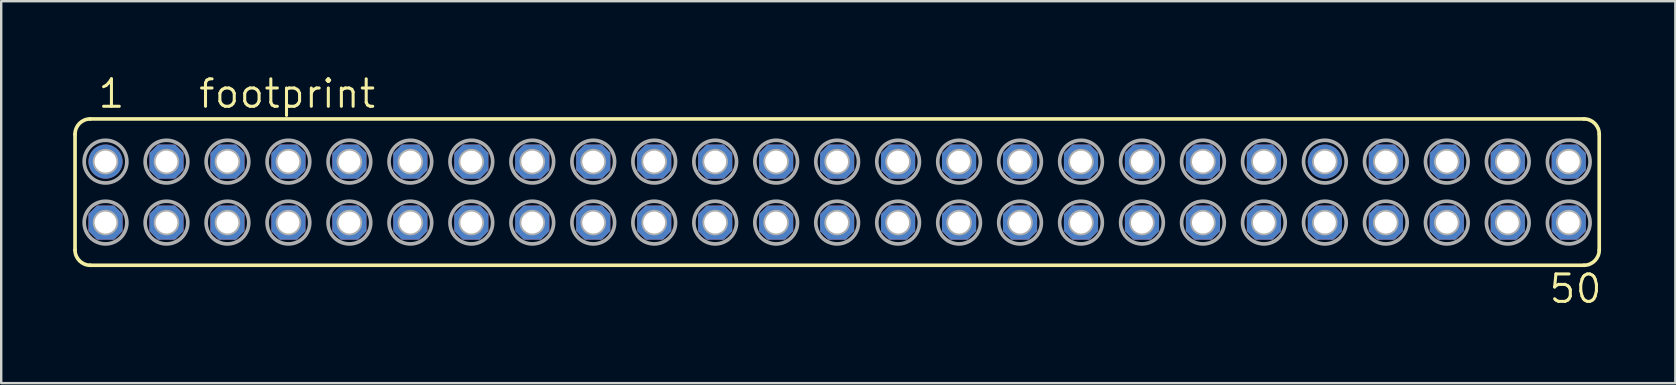
<source format=kicad_pcb>
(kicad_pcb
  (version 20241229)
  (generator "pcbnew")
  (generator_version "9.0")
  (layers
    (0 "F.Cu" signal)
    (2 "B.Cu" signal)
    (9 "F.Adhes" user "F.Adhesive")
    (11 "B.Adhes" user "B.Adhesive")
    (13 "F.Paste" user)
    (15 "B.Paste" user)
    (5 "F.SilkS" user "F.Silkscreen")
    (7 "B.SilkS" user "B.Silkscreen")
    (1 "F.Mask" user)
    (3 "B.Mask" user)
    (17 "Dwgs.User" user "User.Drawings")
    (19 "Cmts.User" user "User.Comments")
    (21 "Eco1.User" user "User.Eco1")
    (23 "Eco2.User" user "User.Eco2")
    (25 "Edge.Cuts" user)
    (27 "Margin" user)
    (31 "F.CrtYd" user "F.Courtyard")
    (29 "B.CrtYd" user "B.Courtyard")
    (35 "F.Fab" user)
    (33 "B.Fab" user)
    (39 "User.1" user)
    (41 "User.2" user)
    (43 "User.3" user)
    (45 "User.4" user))
  (footprint "footprint"
    (layer "F.Cu")
    (at 31.826 4.953)
    (property "Reference" "footprint" (at -26.67 -3.429 0) (layer "F.SilkS") (effects (font (size 1.143 1.143) (thickness 0.127)) (justify left bottom)))
    (fp_line (start -31.75 2.413) (end -31.75 -2.413) (stroke (width 0.152) (type solid)) (layer "F.SilkS"))
    (fp_line (start -31.115 -3.048) (end 31.115 -3.048) (stroke (width 0.152) (type solid)) (layer "F.SilkS"))
    (fp_line (start -31.115 3.048) (end 31.115 3.048) (stroke (width 0.152) (type solid)) (layer "F.SilkS"))
    (fp_line (start 31.75 2.413) (end 31.75 -2.413) (stroke (width 0.152) (type solid)) (layer "F.SilkS"))
    (fp_arc (start -31.75 -2.413) (mid -31.564013 -2.862013) (end -31.115 -3.048) (stroke (width 0.1524) (type solid)) (layer "F.SilkS"))
    (fp_arc (start -31.115 3.048) (mid -31.564013 2.862013) (end -31.75 2.413) (stroke (width 0.1524) (type solid)) (layer "F.SilkS"))
    (fp_arc (start 31.115 -3.048) (mid 31.564013 -2.862013) (end 31.75 -2.413) (stroke (width 0.1524) (type solid)) (layer "F.SilkS"))
    (fp_arc (start 31.75 2.413) (mid 31.564013 2.862013) (end 31.115 3.048) (stroke (width 0.1524) (type solid)) (layer "F.SilkS"))
    (fp_circle (center -30.48 -1.27) (end -30.353 -1.27) (stroke (width 0.406) (type solid)) (fill no) (layer "F.Fab"))
    (fp_circle (center -30.48 -1.27) (end -29.591 -1.27) (stroke (width 0.152) (type solid)) (fill no) (layer "F.Fab"))
    (fp_circle (center -30.48 1.27) (end -30.353 1.27) (stroke (width 0.406) (type solid)) (fill no) (layer "F.Fab"))
    (fp_circle (center -30.48 1.27) (end -29.591 1.27) (stroke (width 0.152) (type solid)) (fill no) (layer "F.Fab"))
    (fp_circle (center -27.94 -1.27) (end -27.813 -1.27) (stroke (width 0.406) (type solid)) (fill no) (layer "F.Fab"))
    (fp_circle (center -27.94 -1.27) (end -27.051 -1.27) (stroke (width 0.152) (type solid)) (fill no) (layer "F.Fab"))
    (fp_circle (center -27.94 1.27) (end -27.813 1.27) (stroke (width 0.406) (type solid)) (fill no) (layer "F.Fab"))
    (fp_circle (center -27.94 1.27) (end -27.051 1.27) (stroke (width 0.152) (type solid)) (fill no) (layer "F.Fab"))
    (fp_circle (center -25.4 -1.27) (end -25.273 -1.27) (stroke (width 0.406) (type solid)) (fill no) (layer "F.Fab"))
    (fp_circle (center -25.4 -1.27) (end -24.511 -1.27) (stroke (width 0.152) (type solid)) (fill no) (layer "F.Fab"))
    (fp_circle (center -25.4 1.27) (end -25.273 1.27) (stroke (width 0.406) (type solid)) (fill no) (layer "F.Fab"))
    (fp_circle (center -25.4 1.27) (end -24.511 1.27) (stroke (width 0.152) (type solid)) (fill no) (layer "F.Fab"))
    (fp_circle (center -22.86 -1.27) (end -22.733 -1.27) (stroke (width 0.406) (type solid)) (fill no) (layer "F.Fab"))
    (fp_circle (center -22.86 -1.27) (end -21.971 -1.27) (stroke (width 0.152) (type solid)) (fill no) (layer "F.Fab"))
    (fp_circle (center -22.86 1.27) (end -22.733 1.27) (stroke (width 0.406) (type solid)) (fill no) (layer "F.Fab"))
    (fp_circle (center -22.86 1.27) (end -21.971 1.27) (stroke (width 0.152) (type solid)) (fill no) (layer "F.Fab"))
    (fp_circle (center -20.32 -1.27) (end -20.193 -1.27) (stroke (width 0.406) (type solid)) (fill no) (layer "F.Fab"))
    (fp_circle (center -20.32 -1.27) (end -19.431 -1.27) (stroke (width 0.152) (type solid)) (fill no) (layer "F.Fab"))
    (fp_circle (center -20.32 1.27) (end -20.193 1.27) (stroke (width 0.406) (type solid)) (fill no) (layer "F.Fab"))
    (fp_circle (center -20.32 1.27) (end -19.431 1.27) (stroke (width 0.152) (type solid)) (fill no) (layer "F.Fab"))
    (fp_circle (center -17.78 -1.27) (end -17.653 -1.27) (stroke (width 0.406) (type solid)) (fill no) (layer "F.Fab"))
    (fp_circle (center -17.78 -1.27) (end -16.891 -1.27) (stroke (width 0.152) (type solid)) (fill no) (layer "F.Fab"))
    (fp_circle (center -17.78 1.27) (end -17.653 1.27) (stroke (width 0.406) (type solid)) (fill no) (layer "F.Fab"))
    (fp_circle (center -17.78 1.27) (end -16.891 1.27) (stroke (width 0.152) (type solid)) (fill no) (layer "F.Fab"))
    (fp_circle (center -15.24 -1.27) (end -15.113 -1.27) (stroke (width 0.406) (type solid)) (fill no) (layer "F.Fab"))
    (fp_circle (center -15.24 -1.27) (end -14.351 -1.27) (stroke (width 0.152) (type solid)) (fill no) (layer "F.Fab"))
    (fp_circle (center -15.24 1.27) (end -15.113 1.27) (stroke (width 0.406) (type solid)) (fill no) (layer "F.Fab"))
    (fp_circle (center -15.24 1.27) (end -14.351 1.27) (stroke (width 0.152) (type solid)) (fill no) (layer "F.Fab"))
    (fp_circle (center -12.7 -1.27) (end -12.573 -1.27) (stroke (width 0.406) (type solid)) (fill no) (layer "F.Fab"))
    (fp_circle (center -12.7 -1.27) (end -11.811 -1.27) (stroke (width 0.152) (type solid)) (fill no) (layer "F.Fab"))
    (fp_circle (center -12.7 1.27) (end -12.573 1.27) (stroke (width 0.406) (type solid)) (fill no) (layer "F.Fab"))
    (fp_circle (center -12.7 1.27) (end -11.811 1.27) (stroke (width 0.152) (type solid)) (fill no) (layer "F.Fab"))
    (fp_circle (center -10.16 -1.27) (end -10.033 -1.27) (stroke (width 0.406) (type solid)) (fill no) (layer "F.Fab"))
    (fp_circle (center -10.16 -1.27) (end -9.271 -1.27) (stroke (width 0.152) (type solid)) (fill no) (layer "F.Fab"))
    (fp_circle (center -10.16 1.27) (end -10.033 1.27) (stroke (width 0.406) (type solid)) (fill no) (layer "F.Fab"))
    (fp_circle (center -10.16 1.27) (end -9.271 1.27) (stroke (width 0.152) (type solid)) (fill no) (layer "F.Fab"))
    (fp_circle (center -7.62 -1.27) (end -7.493 -1.27) (stroke (width 0.406) (type solid)) (fill no) (layer "F.Fab"))
    (fp_circle (center -7.62 -1.27) (end -6.731 -1.27) (stroke (width 0.152) (type solid)) (fill no) (layer "F.Fab"))
    (fp_circle (center -7.62 1.27) (end -7.493 1.27) (stroke (width 0.406) (type solid)) (fill no) (layer "F.Fab"))
    (fp_circle (center -7.62 1.27) (end -6.731 1.27) (stroke (width 0.152) (type solid)) (fill no) (layer "F.Fab"))
    (fp_circle (center -5.08 -1.27) (end -4.953 -1.27) (stroke (width 0.406) (type solid)) (fill no) (layer "F.Fab"))
    (fp_circle (center -5.08 -1.27) (end -4.191 -1.27) (stroke (width 0.152) (type solid)) (fill no) (layer "F.Fab"))
    (fp_circle (center -5.08 1.27) (end -4.953 1.27) (stroke (width 0.406) (type solid)) (fill no) (layer "F.Fab"))
    (fp_circle (center -5.08 1.27) (end -4.191 1.27) (stroke (width 0.152) (type solid)) (fill no) (layer "F.Fab"))
    (fp_circle (center -2.54 -1.27) (end -2.413 -1.27) (stroke (width 0.406) (type solid)) (fill no) (layer "F.Fab"))
    (fp_circle (center -2.54 -1.27) (end -1.651 -1.27) (stroke (width 0.152) (type solid)) (fill no) (layer "F.Fab"))
    (fp_circle (center -2.54 1.27) (end -2.413 1.27) (stroke (width 0.406) (type solid)) (fill no) (layer "F.Fab"))
    (fp_circle (center -2.54 1.27) (end -1.651 1.27) (stroke (width 0.152) (type solid)) (fill no) (layer "F.Fab"))
    (fp_circle (center 0 -1.27) (end 0.127 -1.27) (stroke (width 0.406) (type solid)) (fill no) (layer "F.Fab"))
    (fp_circle (center 0 -1.27) (end 0.889 -1.27) (stroke (width 0.152) (type solid)) (fill no) (layer "F.Fab"))
    (fp_circle (center 0 1.27) (end 0.127 1.27) (stroke (width 0.406) (type solid)) (fill no) (layer "F.Fab"))
    (fp_circle (center 0 1.27) (end 0.889 1.27) (stroke (width 0.152) (type solid)) (fill no) (layer "F.Fab"))
    (fp_circle (center 2.54 -1.27) (end 2.667 -1.27) (stroke (width 0.406) (type solid)) (fill no) (layer "F.Fab"))
    (fp_circle (center 2.54 -1.27) (end 3.429 -1.27) (stroke (width 0.152) (type solid)) (fill no) (layer "F.Fab"))
    (fp_circle (center 2.54 1.27) (end 2.667 1.27) (stroke (width 0.406) (type solid)) (fill no) (layer "F.Fab"))
    (fp_circle (center 2.54 1.27) (end 3.429 1.27) (stroke (width 0.152) (type solid)) (fill no) (layer "F.Fab"))
    (fp_circle (center 5.08 -1.27) (end 5.207 -1.27) (stroke (width 0.406) (type solid)) (fill no) (layer "F.Fab"))
    (fp_circle (center 5.08 -1.27) (end 5.969 -1.27) (stroke (width 0.152) (type solid)) (fill no) (layer "F.Fab"))
    (fp_circle (center 5.08 1.27) (end 5.207 1.27) (stroke (width 0.406) (type solid)) (fill no) (layer "F.Fab"))
    (fp_circle (center 5.08 1.27) (end 5.969 1.27) (stroke (width 0.152) (type solid)) (fill no) (layer "F.Fab"))
    (fp_circle (center 7.62 -1.27) (end 7.747 -1.27) (stroke (width 0.406) (type solid)) (fill no) (layer "F.Fab"))
    (fp_circle (center 7.62 -1.27) (end 8.509 -1.27) (stroke (width 0.152) (type solid)) (fill no) (layer "F.Fab"))
    (fp_circle (center 7.62 1.27) (end 7.747 1.27) (stroke (width 0.406) (type solid)) (fill no) (layer "F.Fab"))
    (fp_circle (center 7.62 1.27) (end 8.509 1.27) (stroke (width 0.152) (type solid)) (fill no) (layer "F.Fab"))
    (fp_circle (center 10.16 -1.27) (end 10.287 -1.27) (stroke (width 0.406) (type solid)) (fill no) (layer "F.Fab"))
    (fp_circle (center 10.16 -1.27) (end 11.049 -1.27) (stroke (width 0.152) (type solid)) (fill no) (layer "F.Fab"))
    (fp_circle (center 10.16 1.27) (end 10.287 1.27) (stroke (width 0.406) (type solid)) (fill no) (layer "F.Fab"))
    (fp_circle (center 10.16 1.27) (end 11.049 1.27) (stroke (width 0.152) (type solid)) (fill no) (layer "F.Fab"))
    (fp_circle (center 12.7 -1.27) (end 12.827 -1.27) (stroke (width 0.406) (type solid)) (fill no) (layer "F.Fab"))
    (fp_circle (center 12.7 -1.27) (end 13.589 -1.27) (stroke (width 0.152) (type solid)) (fill no) (layer "F.Fab"))
    (fp_circle (center 12.7 1.27) (end 12.827 1.27) (stroke (width 0.406) (type solid)) (fill no) (layer "F.Fab"))
    (fp_circle (center 12.7 1.27) (end 13.589 1.27) (stroke (width 0.152) (type solid)) (fill no) (layer "F.Fab"))
    (fp_circle (center 15.24 -1.27) (end 15.367 -1.27) (stroke (width 0.406) (type solid)) (fill no) (layer "F.Fab"))
    (fp_circle (center 15.24 -1.27) (end 16.129 -1.27) (stroke (width 0.152) (type solid)) (fill no) (layer "F.Fab"))
    (fp_circle (center 15.24 1.27) (end 15.367 1.27) (stroke (width 0.406) (type solid)) (fill no) (layer "F.Fab"))
    (fp_circle (center 15.24 1.27) (end 16.129 1.27) (stroke (width 0.152) (type solid)) (fill no) (layer "F.Fab"))
    (fp_circle (center 17.78 -1.27) (end 17.907 -1.27) (stroke (width 0.406) (type solid)) (fill no) (layer "F.Fab"))
    (fp_circle (center 17.78 -1.27) (end 18.669 -1.27) (stroke (width 0.152) (type solid)) (fill no) (layer "F.Fab"))
    (fp_circle (center 17.78 1.27) (end 17.907 1.27) (stroke (width 0.406) (type solid)) (fill no) (layer "F.Fab"))
    (fp_circle (center 17.78 1.27) (end 18.669 1.27) (stroke (width 0.152) (type solid)) (fill no) (layer "F.Fab"))
    (fp_circle (center 20.32 -1.27) (end 20.447 -1.27) (stroke (width 0.406) (type solid)) (fill no) (layer "F.Fab"))
    (fp_circle (center 20.32 -1.27) (end 21.209 -1.27) (stroke (width 0.152) (type solid)) (fill no) (layer "F.Fab"))
    (fp_circle (center 20.32 1.27) (end 20.447 1.27) (stroke (width 0.406) (type solid)) (fill no) (layer "F.Fab"))
    (fp_circle (center 20.32 1.27) (end 21.209 1.27) (stroke (width 0.152) (type solid)) (fill no) (layer "F.Fab"))
    (fp_circle (center 22.86 -1.27) (end 22.987 -1.27) (stroke (width 0.406) (type solid)) (fill no) (layer "F.Fab"))
    (fp_circle (center 22.86 -1.27) (end 23.749 -1.27) (stroke (width 0.152) (type solid)) (fill no) (layer "F.Fab"))
    (fp_circle (center 22.86 1.27) (end 22.987 1.27) (stroke (width 0.406) (type solid)) (fill no) (layer "F.Fab"))
    (fp_circle (center 22.86 1.27) (end 23.749 1.27) (stroke (width 0.152) (type solid)) (fill no) (layer "F.Fab"))
    (fp_circle (center 25.4 -1.27) (end 25.527 -1.27) (stroke (width 0.406) (type solid)) (fill no) (layer "F.Fab"))
    (fp_circle (center 25.4 -1.27) (end 26.289 -1.27) (stroke (width 0.152) (type solid)) (fill no) (layer "F.Fab"))
    (fp_circle (center 25.4 1.27) (end 25.527 1.27) (stroke (width 0.406) (type solid)) (fill no) (layer "F.Fab"))
    (fp_circle (center 25.4 1.27) (end 26.289 1.27) (stroke (width 0.152) (type solid)) (fill no) (layer "F.Fab"))
    (fp_circle (center 27.94 -1.27) (end 28.067 -1.27) (stroke (width 0.406) (type solid)) (fill no) (layer "F.Fab"))
    (fp_circle (center 27.94 -1.27) (end 28.829 -1.27) (stroke (width 0.152) (type solid)) (fill no) (layer "F.Fab"))
    (fp_circle (center 27.94 1.27) (end 28.067 1.27) (stroke (width 0.406) (type solid)) (fill no) (layer "F.Fab"))
    (fp_circle (center 27.94 1.27) (end 28.829 1.27) (stroke (width 0.152) (type solid)) (fill no) (layer "F.Fab"))
    (fp_circle (center 30.48 -1.27) (end 30.607 -1.27) (stroke (width 0.406) (type solid)) (fill no) (layer "F.Fab"))
    (fp_circle (center 30.48 -1.27) (end 31.369 -1.27) (stroke (width 0.152) (type solid)) (fill no) (layer "F.Fab"))
    (fp_circle (center 30.48 1.27) (end 30.607 1.27) (stroke (width 0.406) (type solid)) (fill no) (layer "F.Fab"))
    (fp_circle (center 30.48 1.27) (end 31.369 1.27) (stroke (width 0.152) (type solid)) (fill no) (layer "F.Fab"))
    (fp_text user "1" (at -30.861 -3.429 0) (layer "F.SilkS") (effects (font (size 1.143 1.143) (thickness 0.127)) (justify left bottom)))
    (fp_text user "50" (at 29.591 4.699 0) (layer "F.SilkS") (effects (font (size 1.143 1.143) (thickness 0.127)) (justify left bottom)))
    (pad "1" thru_hole circle (at -30.48 -1.27) (size 1.422 1.422) (drill 0.914) (layers "*.Cu" "*.Mask"))
    (pad "2" thru_hole roundrect (at -30.48 1.27) (size 1.422 1.422) (drill 0.914) (layers "*.Cu" "*.Mask") (roundrect_rratio 0.25) (chamfer_ratio 0.25) (chamfer top_left top_right bottom_left bottom_right))
    (pad "3" thru_hole roundrect (at -27.94 -1.27) (size 1.422 1.422) (drill 0.914) (layers "*.Cu" "*.Mask") (roundrect_rratio 0.25) (chamfer_ratio 0.25) (chamfer top_left top_right bottom_left bottom_right))
    (pad "4" thru_hole roundrect (at -27.94 1.27) (size 1.422 1.422) (drill 0.914) (layers "*.Cu" "*.Mask") (roundrect_rratio 0.25) (chamfer_ratio 0.25) (chamfer top_left top_right bottom_left bottom_right))
    (pad "5" thru_hole roundrect (at -25.4 -1.27) (size 1.422 1.422) (drill 0.914) (layers "*.Cu" "*.Mask") (roundrect_rratio 0.25) (chamfer_ratio 0.25) (chamfer top_left top_right bottom_left bottom_right))
    (pad "6" thru_hole roundrect (at -25.4 1.27) (size 1.422 1.422) (drill 0.914) (layers "*.Cu" "*.Mask") (roundrect_rratio 0.25) (chamfer_ratio 0.25) (chamfer top_left top_right bottom_left bottom_right))
    (pad "7" thru_hole roundrect (at -22.86 -1.27) (size 1.422 1.422) (drill 0.914) (layers "*.Cu" "*.Mask") (roundrect_rratio 0.25) (chamfer_ratio 0.25) (chamfer top_left top_right bottom_left bottom_right))
    (pad "8" thru_hole roundrect (at -22.86 1.27) (size 1.422 1.422) (drill 0.914) (layers "*.Cu" "*.Mask") (roundrect_rratio 0.25) (chamfer_ratio 0.25) (chamfer top_left top_right bottom_left bottom_right))
    (pad "9" thru_hole roundrect (at -20.32 -1.27) (size 1.422 1.422) (drill 0.914) (layers "*.Cu" "*.Mask") (roundrect_rratio 0.25) (chamfer_ratio 0.25) (chamfer top_left top_right bottom_left bottom_right))
    (pad "10" thru_hole roundrect (at -20.32 1.27) (size 1.422 1.422) (drill 0.914) (layers "*.Cu" "*.Mask") (roundrect_rratio 0.25) (chamfer_ratio 0.25) (chamfer top_left top_right bottom_left bottom_right))
    (pad "11" thru_hole roundrect (at -17.78 -1.27) (size 1.422 1.422) (drill 0.914) (layers "*.Cu" "*.Mask") (roundrect_rratio 0.25) (chamfer_ratio 0.25) (chamfer top_left top_right bottom_left bottom_right))
    (pad "12" thru_hole roundrect (at -17.78 1.27) (size 1.422 1.422) (drill 0.914) (layers "*.Cu" "*.Mask") (roundrect_rratio 0.25) (chamfer_ratio 0.25) (chamfer top_left top_right bottom_left bottom_right))
    (pad "13" thru_hole roundrect (at -15.24 -1.27) (size 1.422 1.422) (drill 0.914) (layers "*.Cu" "*.Mask") (roundrect_rratio 0.25) (chamfer_ratio 0.25) (chamfer top_left top_right bottom_left bottom_right))
    (pad "14" thru_hole roundrect (at -15.24 1.27) (size 1.422 1.422) (drill 0.914) (layers "*.Cu" "*.Mask") (roundrect_rratio 0.25) (chamfer_ratio 0.25) (chamfer top_left top_right bottom_left bottom_right))
    (pad "15" thru_hole roundrect (at -12.7 -1.27) (size 1.422 1.422) (drill 0.914) (layers "*.Cu" "*.Mask") (roundrect_rratio 0.25) (chamfer_ratio 0.25) (chamfer top_left top_right bottom_left bottom_right))
    (pad "16" thru_hole roundrect (at -12.7 1.27) (size 1.422 1.422) (drill 0.914) (layers "*.Cu" "*.Mask") (roundrect_rratio 0.25) (chamfer_ratio 0.25) (chamfer top_left top_right bottom_left bottom_right))
    (pad "17" thru_hole roundrect (at -10.16 -1.27) (size 1.422 1.422) (drill 0.914) (layers "*.Cu" "*.Mask") (roundrect_rratio 0.25) (chamfer_ratio 0.25) (chamfer top_left top_right bottom_left bottom_right))
    (pad "18" thru_hole roundrect (at -10.16 1.27) (size 1.422 1.422) (drill 0.914) (layers "*.Cu" "*.Mask") (roundrect_rratio 0.25) (chamfer_ratio 0.25) (chamfer top_left top_right bottom_left bottom_right))
    (pad "19" thru_hole roundrect (at -7.62 -1.27) (size 1.422 1.422) (drill 0.914) (layers "*.Cu" "*.Mask") (roundrect_rratio 0.25) (chamfer_ratio 0.25) (chamfer top_left top_right bottom_left bottom_right))
    (pad "20" thru_hole roundrect (at -7.62 1.27) (size 1.422 1.422) (drill 0.914) (layers "*.Cu" "*.Mask") (roundrect_rratio 0.25) (chamfer_ratio 0.25) (chamfer top_left top_right bottom_left bottom_right))
    (pad "21" thru_hole roundrect (at -5.08 -1.27) (size 1.422 1.422) (drill 0.914) (layers "*.Cu" "*.Mask") (roundrect_rratio 0.25) (chamfer_ratio 0.25) (chamfer top_left top_right bottom_left bottom_right))
    (pad "22" thru_hole roundrect (at -5.08 1.27) (size 1.422 1.422) (drill 0.914) (layers "*.Cu" "*.Mask") (roundrect_rratio 0.25) (chamfer_ratio 0.25) (chamfer top_left top_right bottom_left bottom_right))
    (pad "23" thru_hole roundrect (at -2.54 -1.27) (size 1.422 1.422) (drill 0.914) (layers "*.Cu" "*.Mask") (roundrect_rratio 0.25) (chamfer_ratio 0.25) (chamfer top_left top_right bottom_left bottom_right))
    (pad "24" thru_hole roundrect (at -2.54 1.27) (size 1.422 1.422) (drill 0.914) (layers "*.Cu" "*.Mask") (roundrect_rratio 0.25) (chamfer_ratio 0.25) (chamfer top_left top_right bottom_left bottom_right))
    (pad "25" thru_hole roundrect (at 0 -1.27) (size 1.422 1.422) (drill 0.914) (layers "*.Cu" "*.Mask") (roundrect_rratio 0.25) (chamfer_ratio 0.25) (chamfer top_left top_right bottom_left bottom_right))
    (pad "26" thru_hole roundrect (at 0 1.27) (size 1.422 1.422) (drill 0.914) (layers "*.Cu" "*.Mask") (roundrect_rratio 0.25) (chamfer_ratio 0.25) (chamfer top_left top_right bottom_left bottom_right))
    (pad "27" thru_hole roundrect (at 2.54 -1.27) (size 1.422 1.422) (drill 0.914) (layers "*.Cu" "*.Mask") (roundrect_rratio 0.25) (chamfer_ratio 0.25) (chamfer top_left top_right bottom_left bottom_right))
    (pad "28" thru_hole roundrect (at 2.54 1.27) (size 1.422 1.422) (drill 0.914) (layers "*.Cu" "*.Mask") (roundrect_rratio 0.25) (chamfer_ratio 0.25) (chamfer top_left top_right bottom_left bottom_right))
    (pad "29" thru_hole roundrect (at 5.08 -1.27) (size 1.422 1.422) (drill 0.914) (layers "*.Cu" "*.Mask") (roundrect_rratio 0.25) (chamfer_ratio 0.25) (chamfer top_left top_right bottom_left bottom_right))
    (pad "30" thru_hole roundrect (at 5.08 1.27) (size 1.422 1.422) (drill 0.914) (layers "*.Cu" "*.Mask") (roundrect_rratio 0.25) (chamfer_ratio 0.25) (chamfer top_left top_right bottom_left bottom_right))
    (pad "31" thru_hole roundrect (at 7.62 -1.27) (size 1.422 1.422) (drill 0.914) (layers "*.Cu" "*.Mask") (roundrect_rratio 0.25) (chamfer_ratio 0.25) (chamfer top_left top_right bottom_left bottom_right))
    (pad "32" thru_hole roundrect (at 7.62 1.27) (size 1.422 1.422) (drill 0.914) (layers "*.Cu" "*.Mask") (roundrect_rratio 0.25) (chamfer_ratio 0.25) (chamfer top_left top_right bottom_left bottom_right))
    (pad "33" thru_hole roundrect (at 10.16 -1.27) (size 1.422 1.422) (drill 0.914) (layers "*.Cu" "*.Mask") (roundrect_rratio 0.25) (chamfer_ratio 0.25) (chamfer top_left top_right bottom_left bottom_right))
    (pad "34" thru_hole roundrect (at 10.16 1.27) (size 1.422 1.422) (drill 0.914) (layers "*.Cu" "*.Mask") (roundrect_rratio 0.25) (chamfer_ratio 0.25) (chamfer top_left top_right bottom_left bottom_right))
    (pad "35" thru_hole roundrect (at 12.7 -1.27) (size 1.422 1.422) (drill 0.914) (layers "*.Cu" "*.Mask") (roundrect_rratio 0.25) (chamfer_ratio 0.25) (chamfer top_left top_right bottom_left bottom_right))
    (pad "36" thru_hole roundrect (at 12.7 1.27) (size 1.422 1.422) (drill 0.914) (layers "*.Cu" "*.Mask") (roundrect_rratio 0.25) (chamfer_ratio 0.25) (chamfer top_left top_right bottom_left bottom_right))
    (pad "37" thru_hole roundrect (at 15.24 -1.27) (size 1.422 1.422) (drill 0.914) (layers "*.Cu" "*.Mask") (roundrect_rratio 0.25) (chamfer_ratio 0.25) (chamfer top_left top_right bottom_left bottom_right))
    (pad "38" thru_hole roundrect (at 15.24 1.27) (size 1.422 1.422) (drill 0.914) (layers "*.Cu" "*.Mask") (roundrect_rratio 0.25) (chamfer_ratio 0.25) (chamfer top_left top_right bottom_left bottom_right))
    (pad "39" thru_hole roundrect (at 17.78 -1.27) (size 1.422 1.422) (drill 0.914) (layers "*.Cu" "*.Mask") (roundrect_rratio 0.25) (chamfer_ratio 0.25) (chamfer top_left top_right bottom_left bottom_right))
    (pad "40" thru_hole roundrect (at 17.78 1.27) (size 1.422 1.422) (drill 0.914) (layers "*.Cu" "*.Mask") (roundrect_rratio 0.25) (chamfer_ratio 0.25) (chamfer top_left top_right bottom_left bottom_right))
    (pad "41" thru_hole circle (at 20.32 -1.27) (size 1.422 1.422) (drill 0.914) (layers "*.Cu" "*.Mask"))
    (pad "42" thru_hole roundrect (at 20.32 1.27) (size 1.422 1.422) (drill 0.914) (layers "*.Cu" "*.Mask") (roundrect_rratio 0.25) (chamfer_ratio 0.25) (chamfer top_left top_right bottom_left bottom_right))
    (pad "43" thru_hole roundrect (at 22.86 -1.27) (size 1.422 1.422) (drill 0.914) (layers "*.Cu" "*.Mask") (roundrect_rratio 0.25) (chamfer_ratio 0.25) (chamfer top_left top_right bottom_left bottom_right))
    (pad "44" thru_hole roundrect (at 22.86 1.27) (size 1.422 1.422) (drill 0.914) (layers "*.Cu" "*.Mask") (roundrect_rratio 0.25) (chamfer_ratio 0.25) (chamfer top_left top_right bottom_left bottom_right))
    (pad "45" thru_hole roundrect (at 25.4 -1.27) (size 1.422 1.422) (drill 0.914) (layers "*.Cu" "*.Mask") (roundrect_rratio 0.25) (chamfer_ratio 0.25) (chamfer top_left top_right bottom_left bottom_right))
    (pad "46" thru_hole roundrect (at 25.4 1.27) (size 1.422 1.422) (drill 0.914) (layers "*.Cu" "*.Mask") (roundrect_rratio 0.25) (chamfer_ratio 0.25) (chamfer top_left top_right bottom_left bottom_right))
    (pad "47" thru_hole roundrect (at 27.94 -1.27) (size 1.422 1.422) (drill 0.914) (layers "*.Cu" "*.Mask") (roundrect_rratio 0.25) (chamfer_ratio 0.25) (chamfer top_left top_right bottom_left bottom_right))
    (pad "48" thru_hole roundrect (at 27.94 1.27) (size 1.422 1.422) (drill 0.914) (layers "*.Cu" "*.Mask") (roundrect_rratio 0.25) (chamfer_ratio 0.25) (chamfer top_left top_right bottom_left bottom_right))
    (pad "49" thru_hole roundrect (at 30.48 -1.27) (size 1.422 1.422) (drill 0.914) (layers "*.Cu" "*.Mask") (roundrect_rratio 0.25) (chamfer_ratio 0.25) (chamfer top_left top_right bottom_left bottom_right))
    (pad "50" thru_hole roundrect (at 30.48 1.27) (size 1.422 1.422) (drill 0.914) (layers "*.Cu" "*.Mask") (roundrect_rratio 0.25) (chamfer_ratio 0.25) (chamfer top_left top_right bottom_left bottom_right)))
  (gr_rect
    (start -3 -3)
    (end 66.747 12.911)
    (stroke (width 0.1) (type default))
    (fill no)
    (layer "Edge.Cuts")))
</source>
